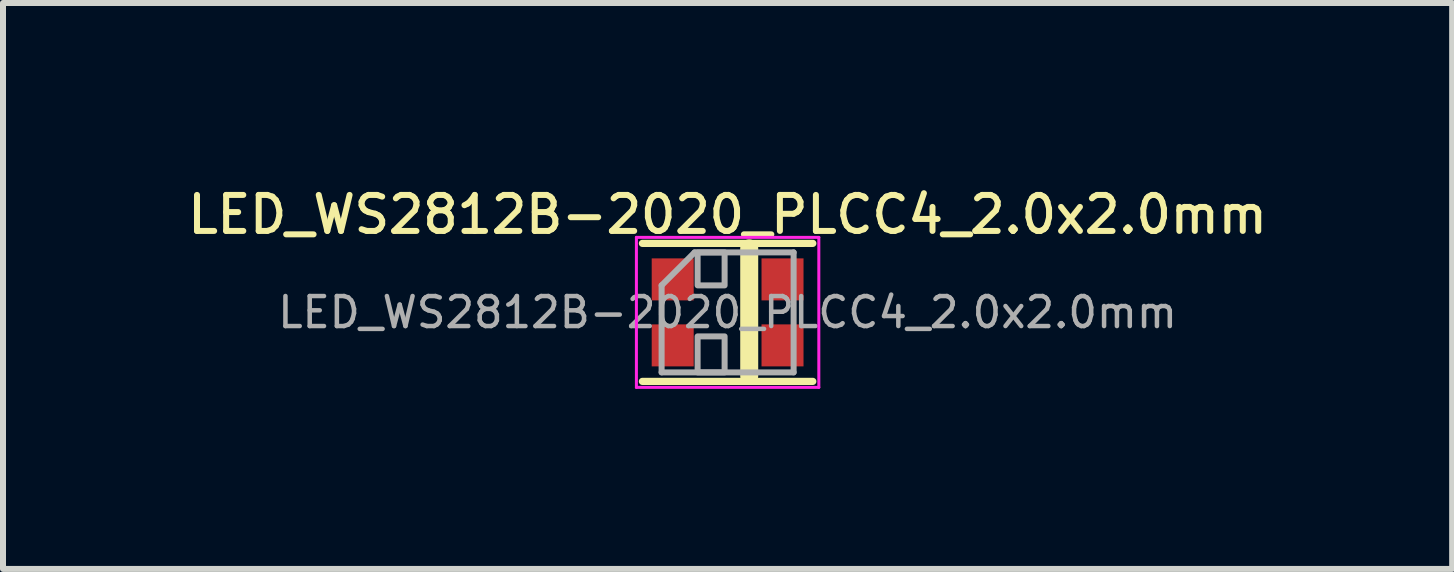
<source format=kicad_pcb>
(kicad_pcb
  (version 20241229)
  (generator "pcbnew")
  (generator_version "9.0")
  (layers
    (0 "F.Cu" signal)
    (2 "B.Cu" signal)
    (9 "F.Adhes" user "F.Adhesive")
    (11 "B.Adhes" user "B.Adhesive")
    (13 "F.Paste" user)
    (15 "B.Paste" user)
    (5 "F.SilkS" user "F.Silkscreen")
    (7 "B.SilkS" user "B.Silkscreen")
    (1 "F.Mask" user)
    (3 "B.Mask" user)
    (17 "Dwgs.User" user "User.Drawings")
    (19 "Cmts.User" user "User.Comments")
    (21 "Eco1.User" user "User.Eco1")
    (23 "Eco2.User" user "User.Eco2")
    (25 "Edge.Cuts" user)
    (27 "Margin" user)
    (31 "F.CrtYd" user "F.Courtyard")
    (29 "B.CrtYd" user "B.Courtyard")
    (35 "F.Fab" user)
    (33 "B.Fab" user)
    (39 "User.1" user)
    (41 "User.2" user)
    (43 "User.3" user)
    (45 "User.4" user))
  (footprint "LED_WS2812B-2020_PLCC4_2.0x2.0mm"
    (layer "F.Cu")
    (at 9.076 2.156)
    (property "Reference" "LED_WS2812B-2020_PLCC4_2.0x2.0mm" (at 0 -1.63 0) (layer "F.SilkS") (effects (font (size 0.6 0.6) (thickness 0.1) (bold yes))))
    (attr smd)
    (fp_line (start -1.42 -1.15) (end 1.42 -1.15) (stroke (width 0.12) (type solid)) (layer "F.SilkS"))
    (fp_line (start -1.42 1.15) (end 1.42 1.15) (stroke (width 0.12) (type solid)) (layer "F.SilkS"))
    (fp_line (start 0.36 -1.067) (end 0.36 1.06) (stroke (width 0.3) (type solid)) (layer "F.SilkS"))
    (fp_line (start -1.52 -1.25) (end -1.52 1.25) (stroke (width 0.05) (type solid)) (layer "F.CrtYd"))
    (fp_line (start -1.52 1.25) (end 1.52 1.25) (stroke (width 0.05) (type solid)) (layer "F.CrtYd"))
    (fp_line (start 1.52 -1.25) (end -1.52 -1.25) (stroke (width 0.05) (type solid)) (layer "F.CrtYd"))
    (fp_line (start 1.52 1.25) (end 1.52 -1.25) (stroke (width 0.05) (type solid)) (layer "F.CrtYd"))
    (fp_line (start -1.1 -0.45) (end -1.1 1) (stroke (width 0.1) (type solid)) (layer "F.Fab"))
    (fp_line (start -1.1 1) (end 1.1 1) (stroke (width 0.1) (type solid)) (layer "F.Fab"))
    (fp_line (start -0.55 -1) (end -1.1 -0.45) (stroke (width 0.1) (type solid)) (layer "F.Fab"))
    (fp_line (start 1.1 -1) (end -0.55 -1) (stroke (width 0.1) (type solid)) (layer "F.Fab"))
    (fp_line (start 1.1 -1) (end 1.1 1) (stroke (width 0.1) (type solid)) (layer "F.Fab"))
    (fp_rect (start -0.5 -1) (end -0.05 -0.45) (stroke (width 0.1) (type solid)) (fill no) (layer "F.Fab"))
    (fp_rect (start -0.5 0.4) (end -0.05 1) (stroke (width 0.1) (type solid)) (fill no) (layer "F.Fab"))
    (fp_text user "${REFERENCE}" (at 0 0 0) (layer "F.Fab") (effects (font (size 0.5 0.5) (thickness 0.075))))
    (pad "1" smd rect (at 0.915 0.55) (size 0.7 0.7) (layers "F.Cu" "F.Mask" "F.Paste"))
    (pad "2" smd rect (at 0.915 -0.55) (size 0.7 0.7) (layers "F.Cu" "F.Mask" "F.Paste"))
    (pad "3" smd rect (at -0.915 -0.55) (size 0.7 0.7) (layers "F.Cu" "F.Mask" "F.Paste"))
    (pad "4" smd rect (at -0.915 0.55) (size 0.7 0.7) (layers "F.Cu" "F.Mask" "F.Paste")))
  (gr_rect
    (start -3 -3)
    (end 21.151 6.431)
    (stroke (width 0.1) (type default))
    (fill no)
    (layer "Edge.Cuts")))
</source>
